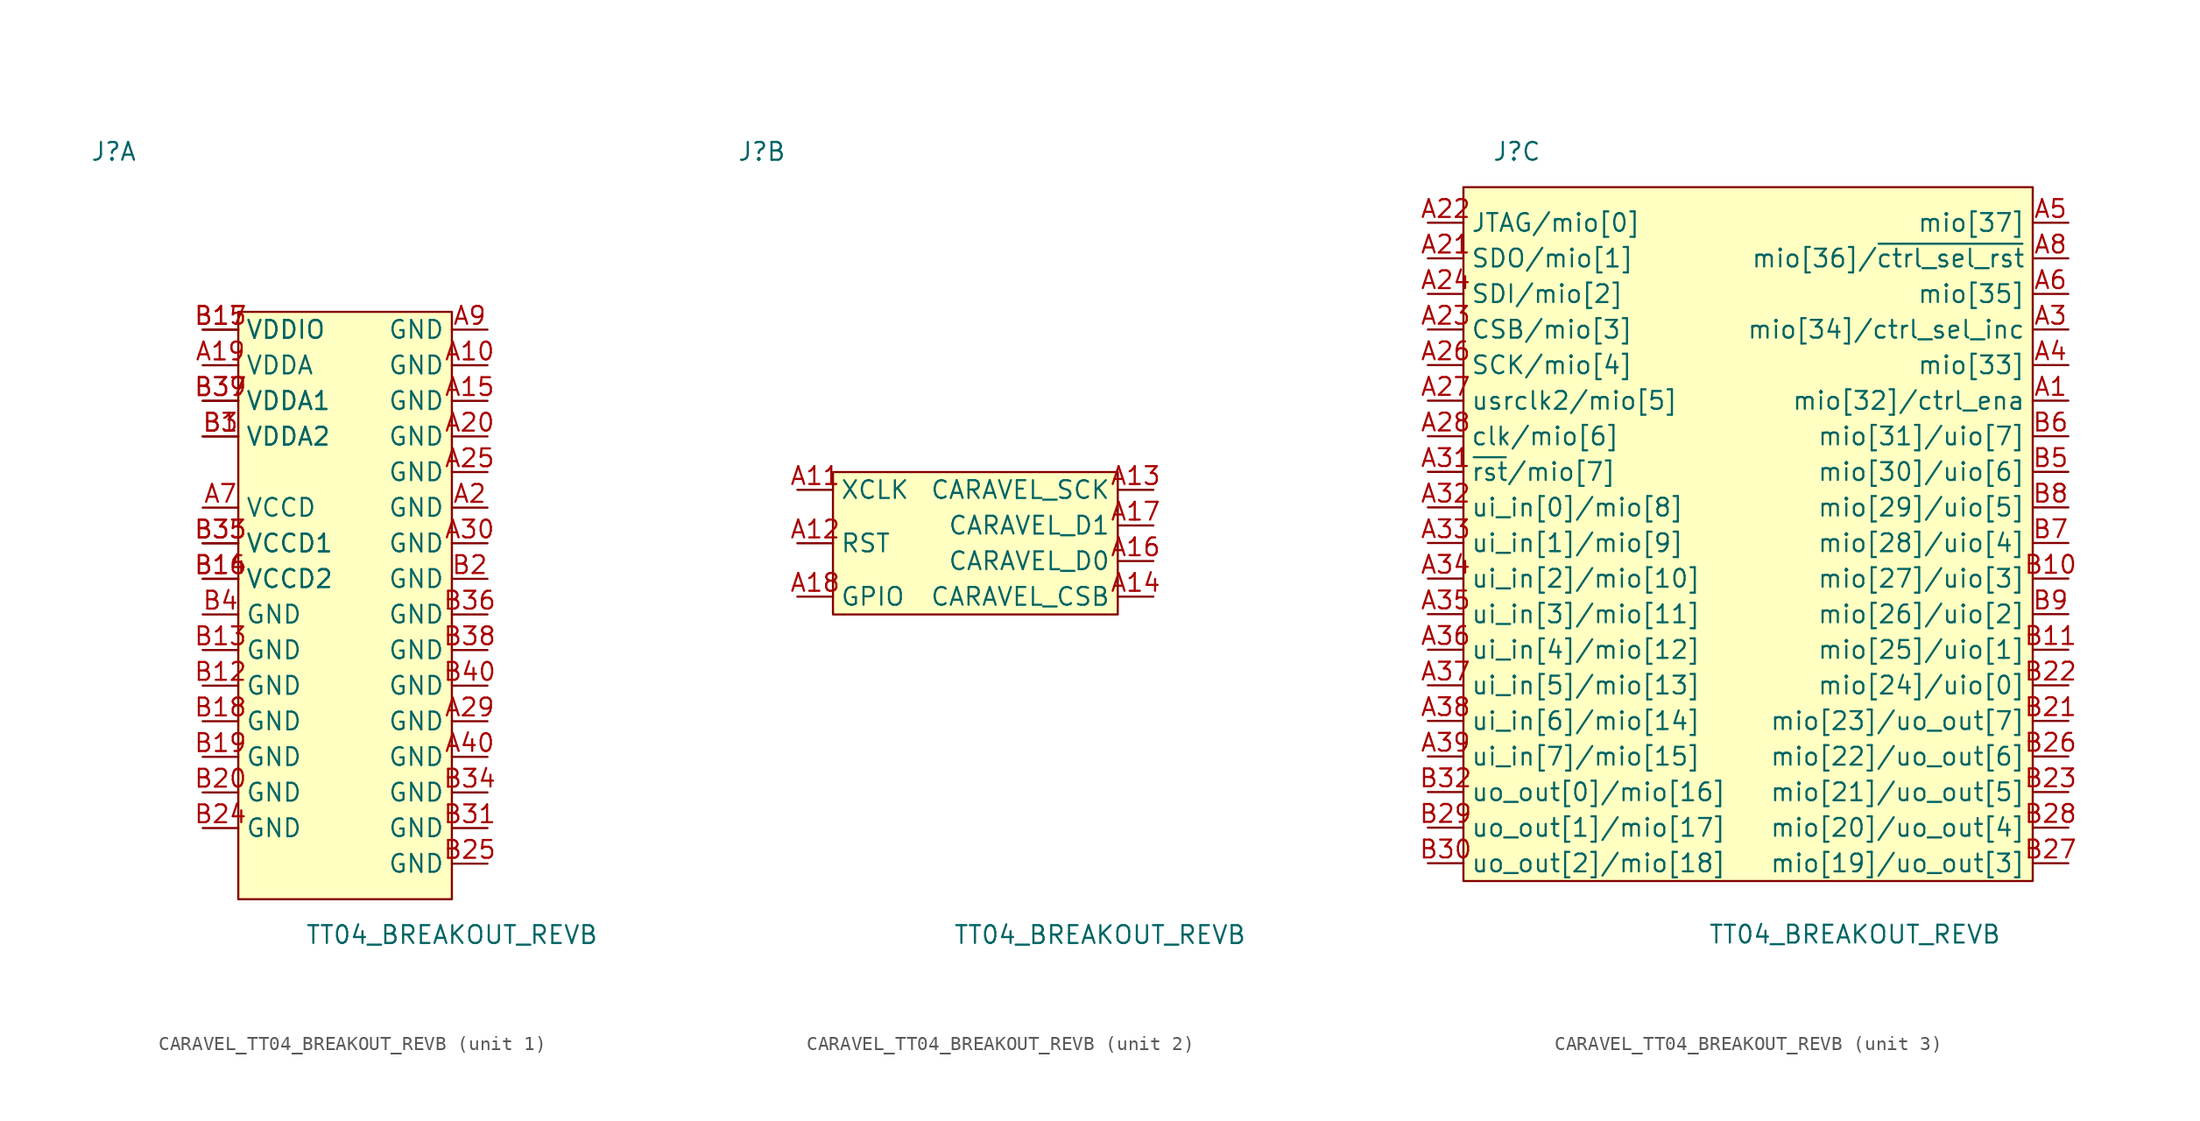
<source format=kicad_sym>
(kicad_symbol_lib
  (version 20241209)
  (generator "kicad_symbol_editor")
  (generator_version "9.0")
  (symbol "CARAVEL_TT04_BREAKOUT_REVB"
    (property "Reference" "J"
      (at -16.51 25.4 0)
      (effects (font (size 1.27 1.27))))
    (property "Value" "TT04_BREAKOUT_REVB"
      (at 7.62 -30.48 0)
      (effects (font (size 1.27 1.27))))
    (property "ki_locked" ""
      (at 0 0 0)
      (effects (font (size 1.27 1.27))))
    (symbol "CARAVEL_TT04_BREAKOUT_REVB_1_1"
      (rectangle (start -7.62 13.97) (end 7.62 -27.94) (stroke (width 0) (type default)) (fill (type background)))
      (pin power_in line (at -10.16 12.7 0) (length 2.54) (name "VDDIO" (effects (font (size 1.27 1.27)))) (number "B15" (effects (font (size 1.27 1.27)))))
      (pin power_in line (at -10.16 12.7 0) (length 2.54) (name "VDDIO" (effects (font (size 1.27 1.27)))) (number "B17" (effects (font (size 1.27 1.27)))))
      (pin power_in line (at -10.16 10.16 0) (length 2.54) (name "VDDA" (effects (font (size 1.27 1.27)))) (number "A19" (effects (font (size 1.27 1.27)))))
      (pin power_in line (at -10.16 7.62 0) (length 2.54) (name "VDDA1" (effects (font (size 1.27 1.27)))) (number "B37" (effects (font (size 1.27 1.27)))))
      (pin power_in line (at -10.16 7.62 0) (length 2.54) (name "VDDA1" (effects (font (size 1.27 1.27)))) (number "B39" (effects (font (size 1.27 1.27)))))
      (pin power_in line (at -10.16 5.08 0) (length 2.54) (name "VDDA2" (effects (font (size 1.27 1.27)))) (number "B1" (effects (font (size 1.27 1.27)))))
      (pin power_in line (at -10.16 5.08 0) (length 2.54) (name "VDDA2" (effects (font (size 1.27 1.27)))) (number "B3" (effects (font (size 1.27 1.27)))))
      (pin power_in line (at -10.16 0 0) (length 2.54) (name "VCCD" (effects (font (size 1.27 1.27)))) (number "A7" (effects (font (size 1.27 1.27)))))
      (pin power_in line (at -10.16 -2.54 0) (length 2.54) (name "VCCD1" (effects (font (size 1.27 1.27)))) (number "B33" (effects (font (size 1.27 1.27)))))
      (pin power_in line (at -10.16 -2.54 0) (length 2.54) (name "VCCD1" (effects (font (size 1.27 1.27)))) (number "B35" (effects (font (size 1.27 1.27)))))
      (pin power_in line (at -10.16 -5.08 0) (length 2.54) (name "VCCD2" (effects (font (size 1.27 1.27)))) (number "B14" (effects (font (size 1.27 1.27)))))
      (pin power_in line (at -10.16 -5.08 0) (length 2.54) (name "VCCD2" (effects (font (size 1.27 1.27)))) (number "B16" (effects (font (size 1.27 1.27)))))
      (pin power_in line (at -10.16 -7.62 0) (length 2.54) (name "GND" (effects (font (size 1.27 1.27)))) (number "B4" (effects (font (size 1.27 1.27)))))
      (pin power_in line (at -10.16 -10.16 0) (length 2.54) (name "GND" (effects (font (size 1.27 1.27)))) (number "B13" (effects (font (size 1.27 1.27)))))
      (pin power_in line (at -10.16 -12.7 0) (length 2.54) (name "GND" (effects (font (size 1.27 1.27)))) (number "B12" (effects (font (size 1.27 1.27)))))
      (pin power_in line (at -10.16 -15.24 0) (length 2.54) (name "GND" (effects (font (size 1.27 1.27)))) (number "B18" (effects (font (size 1.27 1.27)))))
      (pin power_in line (at -10.16 -17.78 0) (length 2.54) (name "GND" (effects (font (size 1.27 1.27)))) (number "B19" (effects (font (size 1.27 1.27)))))
      (pin power_in line (at -10.16 -20.32 0) (length 2.54) (name "GND" (effects (font (size 1.27 1.27)))) (number "B20" (effects (font (size 1.27 1.27)))))
      (pin power_in line (at -10.16 -22.86 0) (length 2.54) (name "GND" (effects (font (size 1.27 1.27)))) (number "B24" (effects (font (size 1.27 1.27)))))
      (pin power_in line (at 10.16 12.7 180) (length 2.54) (name "GND" (effects (font (size 1.27 1.27)))) (number "A9" (effects (font (size 1.27 1.27)))))
      (pin power_in line (at 10.16 10.16 180) (length 2.54) (name "GND" (effects (font (size 1.27 1.27)))) (number "A10" (effects (font (size 1.27 1.27)))))
      (pin power_in line (at 10.16 7.62 180) (length 2.54) (name "GND" (effects (font (size 1.27 1.27)))) (number "A15" (effects (font (size 1.27 1.27)))))
      (pin power_in line (at 10.16 5.08 180) (length 2.54) (name "GND" (effects (font (size 1.27 1.27)))) (number "A20" (effects (font (size 1.27 1.27)))))
      (pin power_in line (at 10.16 2.54 180) (length 2.54) (name "GND" (effects (font (size 1.27 1.27)))) (number "A25" (effects (font (size 1.27 1.27)))))
      (pin power_in line (at 10.16 0 180) (length 2.54) (name "GND" (effects (font (size 1.27 1.27)))) (number "A2" (effects (font (size 1.27 1.27)))))
      (pin power_in line (at 10.16 -2.54 180) (length 2.54) (name "GND" (effects (font (size 1.27 1.27)))) (number "A30" (effects (font (size 1.27 1.27)))))
      (pin power_in line (at 10.16 -5.08 180) (length 2.54) (name "GND" (effects (font (size 1.27 1.27)))) (number "B2" (effects (font (size 1.27 1.27)))))
      (pin power_in line (at 10.16 -7.62 180) (length 2.54) (name "GND" (effects (font (size 1.27 1.27)))) (number "B36" (effects (font (size 1.27 1.27)))))
      (pin power_in line (at 10.16 -10.16 180) (length 2.54) (name "GND" (effects (font (size 1.27 1.27)))) (number "B38" (effects (font (size 1.27 1.27)))))
      (pin power_in line (at 10.16 -12.7 180) (length 2.54) (name "GND" (effects (font (size 1.27 1.27)))) (number "B40" (effects (font (size 1.27 1.27)))))
      (pin power_in line (at 10.16 -15.24 180) (length 2.54) (name "GND" (effects (font (size 1.27 1.27)))) (number "A29" (effects (font (size 1.27 1.27)))))
      (pin power_in line (at 10.16 -17.78 180) (length 2.54) (name "GND" (effects (font (size 1.27 1.27)))) (number "A40" (effects (font (size 1.27 1.27)))))
      (pin power_in line (at 10.16 -20.32 180) (length 2.54) (name "GND" (effects (font (size 1.27 1.27)))) (number "B34" (effects (font (size 1.27 1.27)))))
      (pin power_in line (at 10.16 -22.86 180) (length 2.54) (name "GND" (effects (font (size 1.27 1.27)))) (number "B31" (effects (font (size 1.27 1.27)))))
      (pin power_in line (at 10.16 -25.4 180) (length 2.54) (name "GND" (effects (font (size 1.27 1.27)))) (number "B25" (effects (font (size 1.27 1.27))))))
    (symbol "CARAVEL_TT04_BREAKOUT_REVB_2_1"
      (rectangle (start -11.43 2.54) (end 8.89 -7.62) (stroke (width 0) (type default)) (fill (type background)))
      (pin input line (at -13.97 1.27 0) (length 2.54) (name "XCLK" (effects (font (size 1.27 1.27)))) (number "A11" (effects (font (size 1.27 1.27)))))
      (pin input line (at -13.97 -2.54 0) (length 2.54) (name "RST" (effects (font (size 1.27 1.27)))) (number "A12" (effects (font (size 1.27 1.27)))))
      (pin input line (at -13.97 -6.35 0) (length 2.54) (name "GPIO" (effects (font (size 1.27 1.27)))) (number "A18" (effects (font (size 1.27 1.27)))))
      (pin input line (at 11.43 1.27 180) (length 2.54) (name "CARAVEL_SCK" (effects (font (size 1.27 1.27)))) (number "A13" (effects (font (size 1.27 1.27)))))
      (pin bidirectional line (at 11.43 -1.27 180) (length 2.54) (name "CARAVEL_D1" (effects (font (size 1.27 1.27)))) (number "A17" (effects (font (size 1.27 1.27)))))
      (pin bidirectional line (at 11.43 -3.81 180) (length 2.54) (name "CARAVEL_D0" (effects (font (size 1.27 1.27)))) (number "A16" (effects (font (size 1.27 1.27)))))
      (pin input line (at 11.43 -6.35 180) (length 2.54) (name "CARAVEL_CSB" (effects (font (size 1.27 1.27)))) (number "A14" (effects (font (size 1.27 1.27))))))
    (symbol "CARAVEL_TT04_BREAKOUT_REVB_3_1"
      (rectangle (start -20.32 22.86) (end 20.32 -26.67) (stroke (width 0) (type default)) (fill (type background)))
      (pin bidirectional line (at -22.86 20.32 0) (length 2.54) (name "JTAG/mio[0]" (effects (font (size 1.27 1.27)))) (number "A22" (effects (font (size 1.27 1.27)))))
      (pin bidirectional line (at -22.86 17.78 0) (length 2.54) (name "SDO/mio[1]" (effects (font (size 1.27 1.27)))) (number "A21" (effects (font (size 1.27 1.27)))))
      (pin bidirectional line (at -22.86 15.24 0) (length 2.54) (name "SDI/mio[2]" (effects (font (size 1.27 1.27)))) (number "A24" (effects (font (size 1.27 1.27)))))
      (pin bidirectional line (at -22.86 12.7 0) (length 2.54) (name "CSB/mio[3]" (effects (font (size 1.27 1.27)))) (number "A23" (effects (font (size 1.27 1.27)))))
      (pin bidirectional line (at -22.86 10.16 0) (length 2.54) (name "SCK/mio[4]" (effects (font (size 1.27 1.27)))) (number "A26" (effects (font (size 1.27 1.27)))))
      (pin output line (at -22.86 7.62 0) (length 2.54) (name "usrclk2/mio[5]" (effects (font (size 1.27 1.27)))) (number "A27" (effects (font (size 1.27 1.27)))))
      (pin input line (at -22.86 5.08 0) (length 2.54) (name "clk/mio[6]" (effects (font (size 1.27 1.27)))) (number "A28" (effects (font (size 1.27 1.27)))))
      (pin input line (at -22.86 2.54 0) (length 2.54) (name "~{rst}/mio[7]" (effects (font (size 1.27 1.27)))) (number "A31" (effects (font (size 1.27 1.27)))))
      (pin input line (at -22.86 0 0) (length 2.54) (name "ui_in[0]/mio[8]" (effects (font (size 1.27 1.27)))) (number "A32" (effects (font (size 1.27 1.27)))))
      (pin input line (at -22.86 -2.54 0) (length 2.54) (name "ui_in[1]/mio[9]" (effects (font (size 1.27 1.27)))) (number "A33" (effects (font (size 1.27 1.27)))))
      (pin input line (at -22.86 -5.08 0) (length 2.54) (name "ui_in[2]/mio[10]" (effects (font (size 1.27 1.27)))) (number "A34" (effects (font (size 1.27 1.27)))))
      (pin input line (at -22.86 -7.62 0) (length 2.54) (name "ui_in[3]/mio[11]" (effects (font (size 1.27 1.27)))) (number "A35" (effects (font (size 1.27 1.27)))))
      (pin input line (at -22.86 -10.16 0) (length 2.54) (name "ui_in[4]/mio[12]" (effects (font (size 1.27 1.27)))) (number "A36" (effects (font (size 1.27 1.27)))))
      (pin input line (at -22.86 -12.7 0) (length 2.54) (name "ui_in[5]/mio[13]" (effects (font (size 1.27 1.27)))) (number "A37" (effects (font (size 1.27 1.27)))))
      (pin input line (at -22.86 -15.24 0) (length 2.54) (name "ui_in[6]/mio[14]" (effects (font (size 1.27 1.27)))) (number "A38" (effects (font (size 1.27 1.27)))))
      (pin input line (at -22.86 -17.78 0) (length 2.54) (name "ui_in[7]/mio[15]" (effects (font (size 1.27 1.27)))) (number "A39" (effects (font (size 1.27 1.27)))))
      (pin output line (at -22.86 -20.32 0) (length 2.54) (name "uo_out[0]/mio[16]" (effects (font (size 1.27 1.27)))) (number "B32" (effects (font (size 1.27 1.27)))))
      (pin output line (at -22.86 -22.86 0) (length 2.54) (name "uo_out[1]/mio[17]" (effects (font (size 1.27 1.27)))) (number "B29" (effects (font (size 1.27 1.27)))))
      (pin output line (at -22.86 -25.4 0) (length 2.54) (name "uo_out[2]/mio[18]" (effects (font (size 1.27 1.27)))) (number "B30" (effects (font (size 1.27 1.27)))))
      (pin bidirectional line (at 22.86 20.32 180) (length 2.54) (name "mio[37]" (effects (font (size 1.27 1.27)))) (number "A5" (effects (font (size 1.27 1.27)))))
      (pin input line (at 22.86 17.78 180) (length 2.54) (name "mio[36]/~{ctrl_sel_rst}" (effects (font (size 1.27 1.27)))) (number "A8" (effects (font (size 1.27 1.27)))))
      (pin bidirectional line (at 22.86 15.24 180) (length 2.54) (name "mio[35]" (effects (font (size 1.27 1.27)))) (number "A6" (effects (font (size 1.27 1.27)))))
      (pin input line (at 22.86 12.7 180) (length 2.54) (name "mio[34]/ctrl_sel_inc" (effects (font (size 1.27 1.27)))) (number "A3" (effects (font (size 1.27 1.27)))))
      (pin bidirectional line (at 22.86 10.16 180) (length 2.54) (name "mio[33]" (effects (font (size 1.27 1.27)))) (number "A4" (effects (font (size 1.27 1.27)))))
      (pin input line (at 22.86 7.62 180) (length 2.54) (name "mio[32]/ctrl_ena" (effects (font (size 1.27 1.27)))) (number "A1" (effects (font (size 1.27 1.27)))))
      (pin bidirectional line (at 22.86 5.08 180) (length 2.54) (name "mio[31]/uio[7]" (effects (font (size 1.27 1.27)))) (number "B6" (effects (font (size 1.27 1.27)))))
      (pin bidirectional line (at 22.86 2.54 180) (length 2.54) (name "mio[30]/uio[6]" (effects (font (size 1.27 1.27)))) (number "B5" (effects (font (size 1.27 1.27)))))
      (pin bidirectional line (at 22.86 0 180) (length 2.54) (name "mio[29]/uio[5]" (effects (font (size 1.27 1.27)))) (number "B8" (effects (font (size 1.27 1.27)))))
      (pin bidirectional line (at 22.86 -2.54 180) (length 2.54) (name "mio[28]/uio[4]" (effects (font (size 1.27 1.27)))) (number "B7" (effects (font (size 1.27 1.27)))))
      (pin bidirectional line (at 22.86 -5.08 180) (length 2.54) (name "mio[27]/uio[3]" (effects (font (size 1.27 1.27)))) (number "B10" (effects (font (size 1.27 1.27)))))
      (pin bidirectional line (at 22.86 -7.62 180) (length 2.54) (name "mio[26]/uio[2]" (effects (font (size 1.27 1.27)))) (number "B9" (effects (font (size 1.27 1.27)))))
      (pin bidirectional line (at 22.86 -10.16 180) (length 2.54) (name "mio[25]/uio[1]" (effects (font (size 1.27 1.27)))) (number "B11" (effects (font (size 1.27 1.27)))))
      (pin bidirectional line (at 22.86 -12.7 180) (length 2.54) (name "mio[24]/uio[0]" (effects (font (size 1.27 1.27)))) (number "B22" (effects (font (size 1.27 1.27)))))
      (pin output line (at 22.86 -15.24 180) (length 2.54) (name "mio[23]/uo_out[7]" (effects (font (size 1.27 1.27)))) (number "B21" (effects (font (size 1.27 1.27)))))
      (pin output line (at 22.86 -17.78 180) (length 2.54) (name "mio[22]/uo_out[6]" (effects (font (size 1.27 1.27)))) (number "B26" (effects (font (size 1.27 1.27)))))
      (pin output line (at 22.86 -20.32 180) (length 2.54) (name "mio[21]/uo_out[5]" (effects (font (size 1.27 1.27)))) (number "B23" (effects (font (size 1.27 1.27)))))
      (pin output line (at 22.86 -22.86 180) (length 2.54) (name "mio[20]/uo_out[4]" (effects (font (size 1.27 1.27)))) (number "B28" (effects (font (size 1.27 1.27)))))
      (pin output line (at 22.86 -25.4 180) (length 2.54) (name "mio[19]/uo_out[3]" (effects (font (size 1.27 1.27)))) (number "B27" (effects (font (size 1.27 1.27))))))))
</source>
